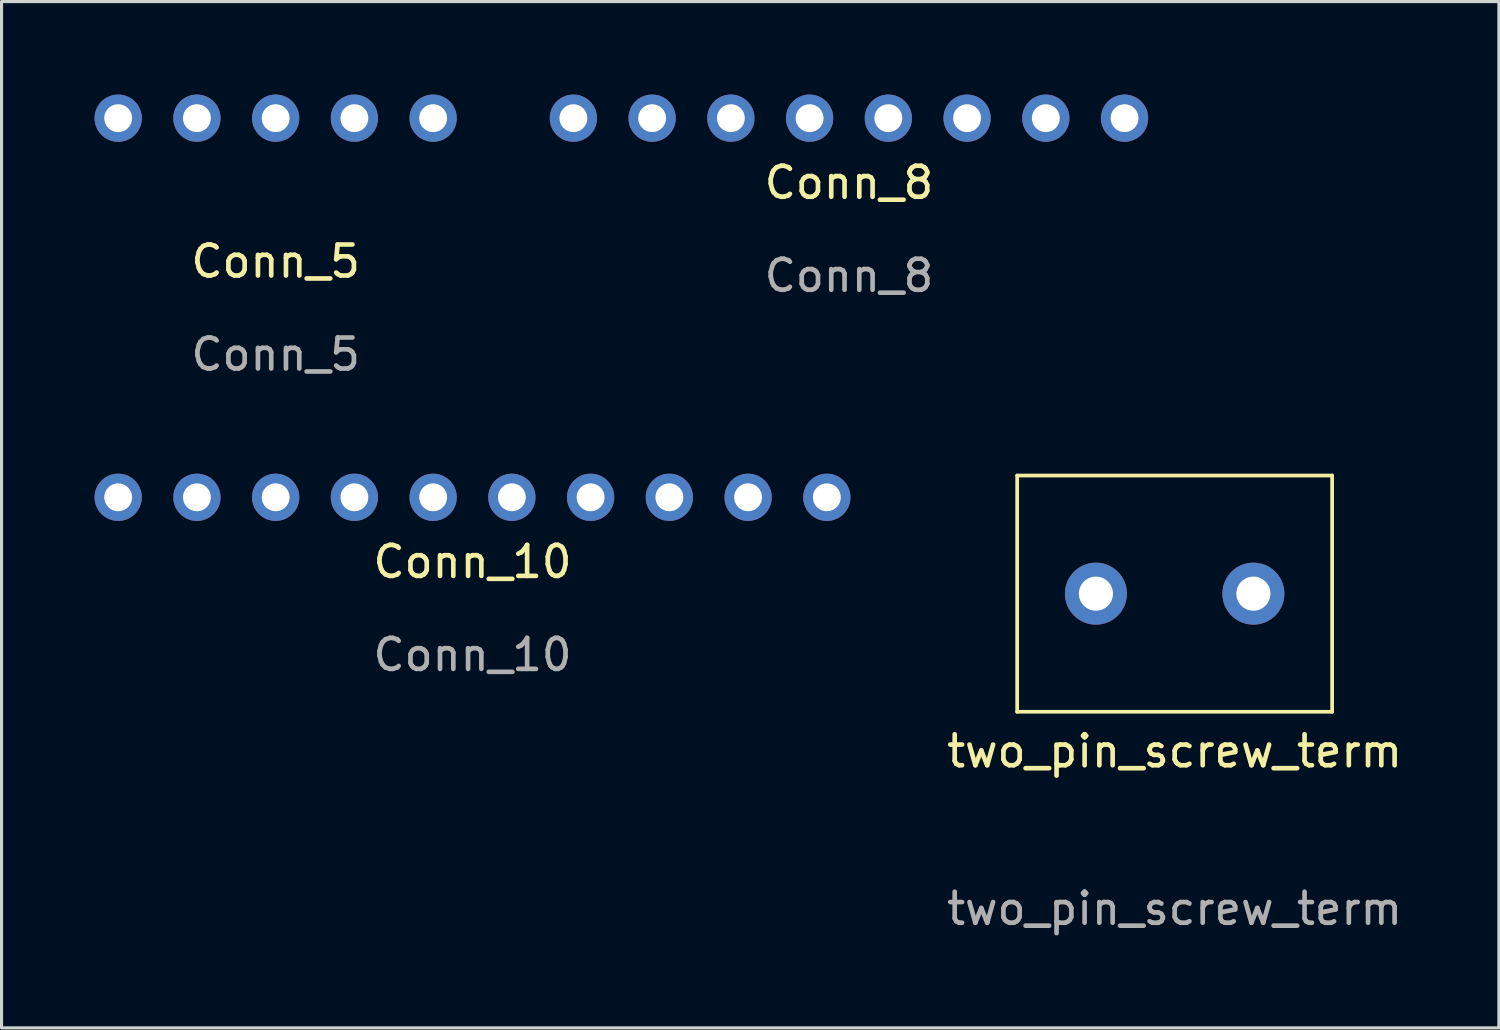
<source format=kicad_pcb>
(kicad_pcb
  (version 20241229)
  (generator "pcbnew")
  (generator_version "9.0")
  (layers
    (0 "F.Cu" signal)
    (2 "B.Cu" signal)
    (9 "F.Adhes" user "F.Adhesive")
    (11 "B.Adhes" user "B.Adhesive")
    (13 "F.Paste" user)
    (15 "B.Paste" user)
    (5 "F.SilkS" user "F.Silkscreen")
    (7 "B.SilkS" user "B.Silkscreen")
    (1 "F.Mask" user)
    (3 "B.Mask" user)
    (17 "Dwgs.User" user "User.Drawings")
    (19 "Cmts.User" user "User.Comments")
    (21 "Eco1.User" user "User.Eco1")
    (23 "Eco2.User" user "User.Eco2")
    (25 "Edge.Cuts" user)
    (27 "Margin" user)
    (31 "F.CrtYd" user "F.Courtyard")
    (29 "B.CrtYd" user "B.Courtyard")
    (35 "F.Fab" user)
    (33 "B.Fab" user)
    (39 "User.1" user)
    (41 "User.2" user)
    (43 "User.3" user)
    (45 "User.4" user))
  (footprint "two_pin_screw_term"
    (layer "F.Cu")
    (at 34.842 16.1)
    (property "Reference" "two_pin_screw_term" (at 0 5.08 0) (unlocked yes) (layer "F.SilkS") (effects (font (size 1 1) (thickness 0.15))))
    (attr through_hole)
    (fp_line (start -5.08 -3.81) (end -5.08 3.81) (stroke (width 0.12) (type solid)) (layer "F.SilkS"))
    (fp_line (start -5.08 3.81) (end 5.08 3.81) (stroke (width 0.12) (type solid)) (layer "F.SilkS"))
    (fp_line (start 5.08 -3.81) (end -5.08 -3.81) (stroke (width 0.12) (type solid)) (layer "F.SilkS"))
    (fp_line (start 5.08 3.81) (end 5.08 -3.81) (stroke (width 0.12) (type solid)) (layer "F.SilkS"))
    (fp_text user "${REFERENCE}" (at 0 10.16 0) (unlocked yes) (layer "F.Fab") (effects (font (size 1 1) (thickness 0.15))))
    (pad "1" thru_hole circle (at -2.54 0) (size 2 2) (drill 1.1) (layers "*.Cu" "*.Mask"))
    (pad "2" thru_hole circle (at 2.54 0) (size 2 2) (drill 1.1) (layers "*.Cu" "*.Mask")))
  (footprint "Conn_8"
    (layer "F.Cu")
    (at 24.336 0.762)
    (property "Reference" "Conn_8" (at 0 2.08 0) (unlocked yes) (layer "F.SilkS") (effects (font (size 1 1) (thickness 0.15))))
    (attr through_hole)
    (fp_text user "${REFERENCE}" (at 0 5.08 0) (unlocked yes) (layer "F.Fab") (effects (font (size 1 1) (thickness 0.15))))
    (pad "1" thru_hole circle (at -8.89 0) (size 1.524 1.524) (drill 0.9) (layers "*.Cu" "*.Mask"))
    (pad "2" thru_hole circle (at -6.35 0) (size 1.524 1.524) (drill 0.9) (layers "*.Cu" "*.Mask"))
    (pad "3" thru_hole circle (at -3.81 0) (size 1.524 1.524) (drill 0.9) (layers "*.Cu" "*.Mask"))
    (pad "4" thru_hole circle (at -1.27 0) (size 1.524 1.524) (drill 0.9) (layers "*.Cu" "*.Mask"))
    (pad "5" thru_hole circle (at 1.27 0) (size 1.524 1.524) (drill 0.9) (layers "*.Cu" "*.Mask"))
    (pad "6" thru_hole circle (at 3.81 0) (size 1.524 1.524) (drill 0.9) (layers "*.Cu" "*.Mask"))
    (pad "7" thru_hole circle (at 6.35 0) (size 1.524 1.524) (drill 0.9) (layers "*.Cu" "*.Mask"))
    (pad "8" thru_hole circle (at 8.89 0) (size 1.524 1.524) (drill 0.9) (layers "*.Cu" "*.Mask")))
  (footprint "Conn_5"
    (layer "F.Cu")
    (at 5.842 0.762)
    (property "Reference" "Conn_5" (at 0 4.62 0) (unlocked yes) (layer "F.SilkS") (effects (font (size 1 1) (thickness 0.15))))
    (attr through_hole)
    (fp_text user "${REFERENCE}" (at 0 7.62 0) (unlocked yes) (layer "F.Fab") (effects (font (size 1 1) (thickness 0.15))))
    (pad "1" thru_hole circle (at -5.08 0) (size 1.524 1.524) (drill 0.9) (layers "*.Cu" "*.Mask"))
    (pad "2" thru_hole circle (at -2.54 0) (size 1.524 1.524) (drill 0.9) (layers "*.Cu" "*.Mask"))
    (pad "3" thru_hole circle (at 0 0) (size 1.524 1.524) (drill 0.9) (layers "*.Cu" "*.Mask"))
    (pad "4" thru_hole circle (at 2.54 0) (size 1.524 1.524) (drill 0.9) (layers "*.Cu" "*.Mask"))
    (pad "5" thru_hole circle (at 5.08 0) (size 1.524 1.524) (drill 0.9) (layers "*.Cu" "*.Mask")))
  (footprint "Conn_10"
    (layer "F.Cu")
    (at 12.192 12.992)
    (property "Reference" "Conn_10" (at 0 2.08 0) (unlocked yes) (layer "F.SilkS") (effects (font (size 1 1) (thickness 0.15))))
    (attr through_hole)
    (fp_text user "${REFERENCE}" (at 0 5.08 0) (unlocked yes) (layer "F.Fab") (effects (font (size 1 1) (thickness 0.15))))
    (pad "1" thru_hole circle (at -11.43 0) (size 1.524 1.524) (drill 0.9) (layers "*.Cu" "*.Mask"))
    (pad "2" thru_hole circle (at -8.89 0) (size 1.524 1.524) (drill 0.9) (layers "*.Cu" "*.Mask"))
    (pad "3" thru_hole circle (at -6.35 0) (size 1.524 1.524) (drill 0.9) (layers "*.Cu" "*.Mask"))
    (pad "4" thru_hole circle (at -3.81 0) (size 1.524 1.524) (drill 0.9) (layers "*.Cu" "*.Mask"))
    (pad "5" thru_hole circle (at -1.27 0) (size 1.524 1.524) (drill 0.9) (layers "*.Cu" "*.Mask"))
    (pad "6" thru_hole circle (at 1.27 0) (size 1.524 1.524) (drill 0.9) (layers "*.Cu" "*.Mask"))
    (pad "7" thru_hole circle (at 3.81 0) (size 1.524 1.524) (drill 0.9) (layers "*.Cu" "*.Mask"))
    (pad "8" thru_hole circle (at 6.35 0) (size 1.524 1.524) (drill 0.9) (layers "*.Cu" "*.Mask"))
    (pad "9" thru_hole circle (at 8.89 0) (size 1.524 1.524) (drill 0.9) (layers "*.Cu" "*.Mask"))
    (pad "10" thru_hole circle (at 11.43 0) (size 1.524 1.524) (drill 0.9) (layers "*.Cu" "*.Mask")))
  (gr_rect
    (start -3 -3)
    (end 45.301 30.108)
    (stroke (width 0.1) (type default))
    (fill no)
    (layer "Edge.Cuts")))
</source>
